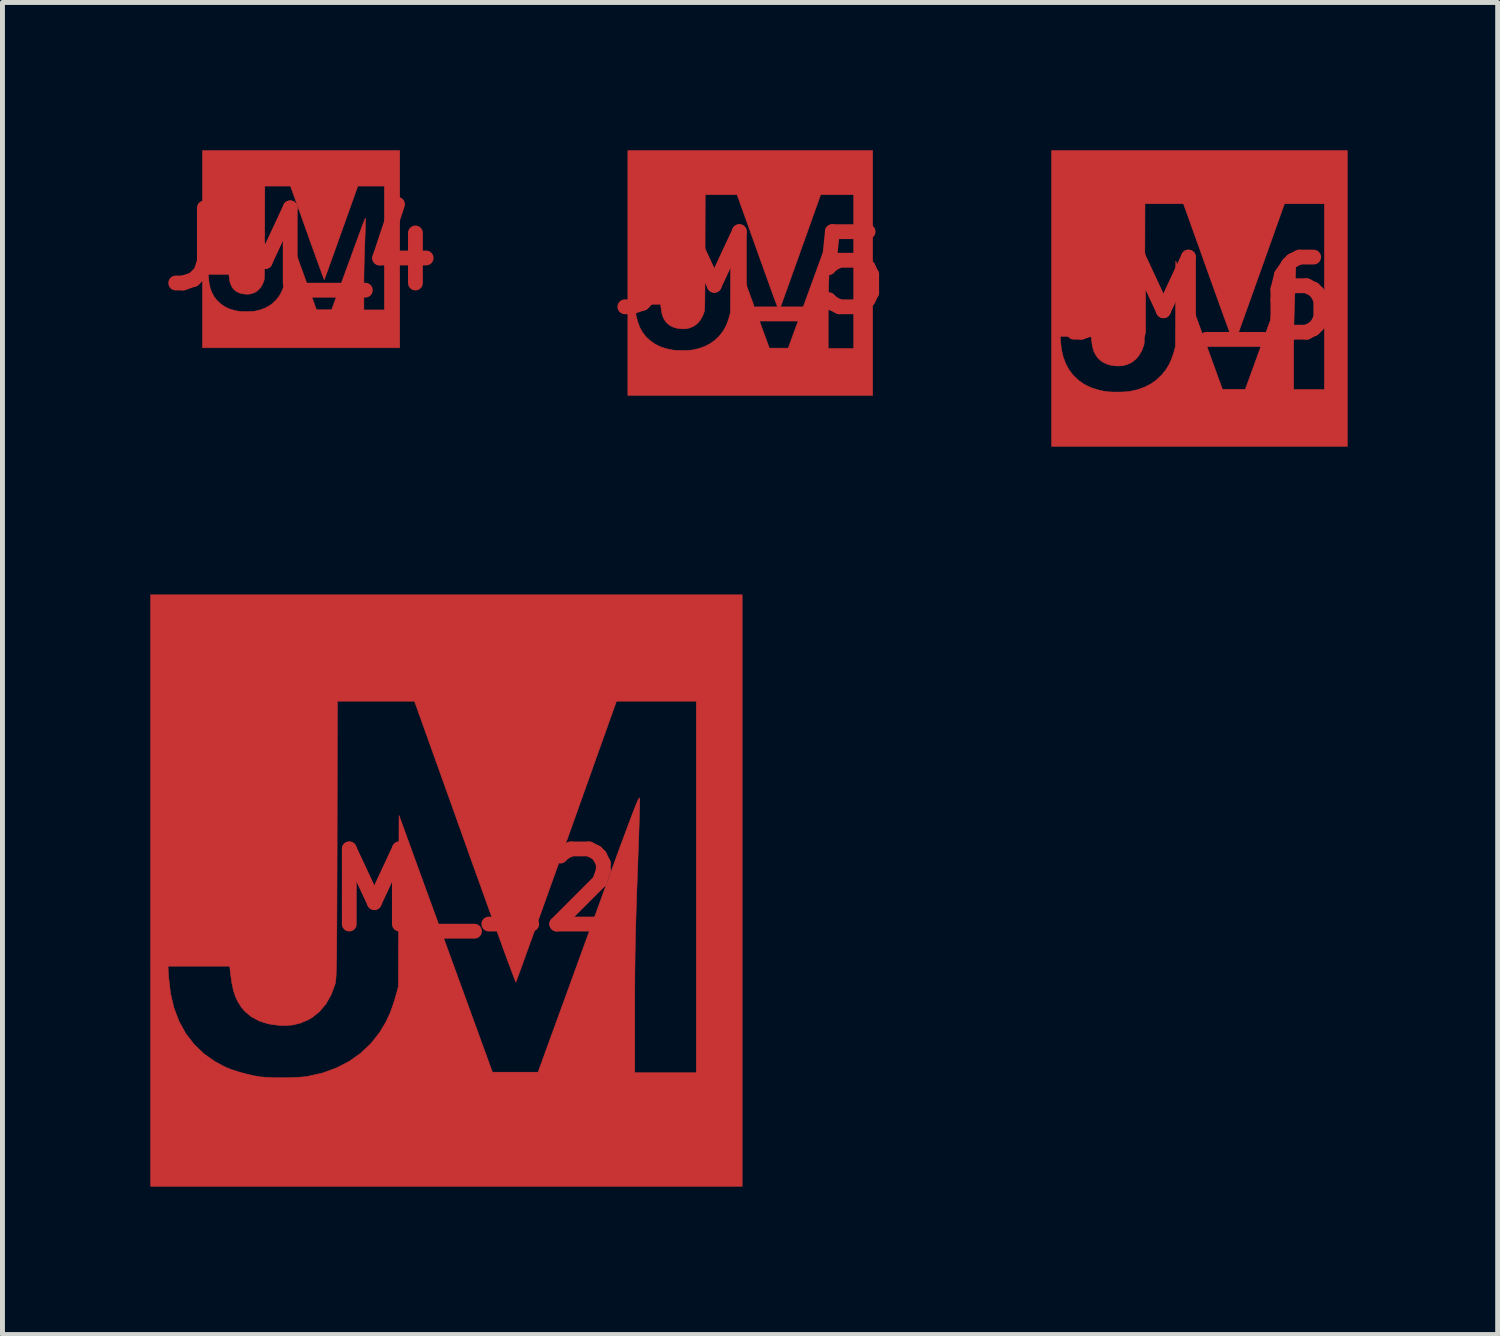
<source format=kicad_pcb>
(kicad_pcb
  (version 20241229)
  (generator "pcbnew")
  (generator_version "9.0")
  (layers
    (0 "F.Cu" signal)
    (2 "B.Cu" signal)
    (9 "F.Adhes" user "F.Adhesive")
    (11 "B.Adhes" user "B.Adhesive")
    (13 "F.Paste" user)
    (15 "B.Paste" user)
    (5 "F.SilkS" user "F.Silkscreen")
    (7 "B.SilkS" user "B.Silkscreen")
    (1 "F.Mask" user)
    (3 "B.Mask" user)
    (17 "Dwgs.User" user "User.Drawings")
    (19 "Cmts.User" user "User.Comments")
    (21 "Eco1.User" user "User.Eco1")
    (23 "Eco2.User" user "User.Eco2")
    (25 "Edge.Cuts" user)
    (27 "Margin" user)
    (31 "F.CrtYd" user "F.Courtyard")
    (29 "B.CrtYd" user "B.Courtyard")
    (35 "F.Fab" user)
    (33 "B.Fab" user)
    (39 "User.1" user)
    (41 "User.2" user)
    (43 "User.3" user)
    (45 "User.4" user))
  (footprint "JM_6"
    (layer "F.Cu")
    (at 21.277 3)
    (property "Reference" "JM_6" (at 0 0 0) (layer "F.Cu") (effects (font (size 1.524 1.524) (thickness 0.3))))
    (attr through_hole)
    (fp_poly (pts (xy 3.006 3.006) (xy -2.995 3.006) (xy -2.995 0.773) (xy -2.818 0.773) (xy -2.812 0.886) (xy -2.793 1.047) (xy -2.758 1.196) (xy -2.706 1.332) (xy -2.639 1.454) (xy -2.555 1.564) (xy -2.456 1.659) (xy -2.341 1.741) (xy -2.237 1.795) (xy -2.178 1.819) (xy -2.104 1.843) (xy -2.025 1.865) (xy -1.946 1.883) (xy -1.889 1.893) (xy -1.834 1.899) (xy -1.765 1.902) (xy -1.686 1.903) (xy -1.605 1.903) (xy -1.526 1.9) (xy -1.457 1.896) (xy -1.402 1.889) (xy -1.402 1.889) (xy -1.251 1.855) (xy -1.11 1.804) (xy -0.98 1.737) (xy -0.863 1.654) (xy -0.76 1.556) (xy -0.672 1.445) (xy -0.666 1.436) (xy -0.609 1.34) (xy -0.562 1.238) (xy -0.523 1.126) (xy -0.51 1.08) (xy -0.482 0.979) (xy -0.478 0.111) (xy -0.475 -0.757) (xy -0.001 0.545) (xy 0.472 1.847) (xy 0.935 1.847) (xy 1.449 0.434) (xy 1.52 0.238) (xy 1.585 0.061) (xy 1.643 -0.097) (xy 1.694 -0.239) (xy 1.74 -0.364) (xy 1.781 -0.474) (xy 1.816 -0.57) (xy 1.846 -0.652) (xy 1.873 -0.722) (xy 1.895 -0.779) (xy 1.913 -0.826) (xy 1.928 -0.864) (xy 1.94 -0.892) (xy 1.949 -0.912) (xy 1.955 -0.925) (xy 1.96 -0.932) (xy 1.963 -0.934) (xy 1.965 -0.931) (xy 1.966 -0.925) (xy 1.966 -0.924) (xy 1.967 -0.904) (xy 1.966 -0.865) (xy 1.965 -0.808) (xy 1.963 -0.736) (xy 1.96 -0.651) (xy 1.957 -0.554) (xy 1.953 -0.447) (xy 1.949 -0.332) (xy 1.945 -0.211) (xy 1.943 -0.151) (xy 1.936 0.04) (xy 1.93 0.214) (xy 1.925 0.376) (xy 1.922 0.53) (xy 1.919 0.682) (xy 1.917 0.835) (xy 1.916 0.993) (xy 1.916 1.162) (xy 1.916 1.209) (xy 1.916 1.852) (xy 2.54 1.852) (xy 2.54 -1.916) (xy 2.135 -1.916) (xy 1.73 -1.916) (xy 1.224 -0.495) (xy 1.164 -0.328) (xy 1.107 -0.167) (xy 1.052 -0.012) (xy 0.999 0.135) (xy 0.949 0.273) (xy 0.903 0.402) (xy 0.861 0.519) (xy 0.824 0.624) (xy 0.79 0.715) (xy 0.763 0.792) (xy 0.74 0.854) (xy 0.724 0.899) (xy 0.714 0.926) (xy 0.71 0.934) (xy 0.706 0.925) (xy 0.695 0.897) (xy 0.677 0.852) (xy 0.654 0.79) (xy 0.626 0.713) (xy 0.592 0.621) (xy 0.554 0.516) (xy 0.511 0.4) (xy 0.465 0.272) (xy 0.415 0.134) (xy 0.363 -0.012) (xy 0.308 -0.165) (xy 0.25 -0.326) (xy 0.212 -0.431) (xy 0.153 -0.596) (xy 0.096 -0.756) (xy 0.041 -0.91) (xy -0.011 -1.057) (xy -0.061 -1.195) (xy -0.107 -1.324) (xy -0.149 -1.441) (xy -0.186 -1.547) (xy -0.22 -1.64) (xy -0.247 -1.718) (xy -0.27 -1.78) (xy -0.286 -1.825) (xy -0.296 -1.853) (xy -0.299 -1.86) (xy -0.319 -1.916) (xy -1.1 -1.916) (xy -1.103 -0.511) (xy -1.104 -0.309) (xy -1.104 -0.127) (xy -1.105 0.036) (xy -1.105 0.181) (xy -1.106 0.309) (xy -1.106 0.422) (xy -1.107 0.52) (xy -1.108 0.604) (xy -1.108 0.676) (xy -1.109 0.737) (xy -1.11 0.788) (xy -1.112 0.83) (xy -1.113 0.864) (xy -1.115 0.891) (xy -1.117 0.913) (xy -1.119 0.929) (xy -1.121 0.943) (xy -1.124 0.954) (xy -1.125 0.958) (xy -1.165 1.064) (xy -1.218 1.156) (xy -1.283 1.234) (xy -1.358 1.294) (xy -1.398 1.317) (xy -1.475 1.349) (xy -1.55 1.368) (xy -1.631 1.374) (xy -1.688 1.373) (xy -1.796 1.358) (xy -1.892 1.328) (xy -1.975 1.284) (xy -2.044 1.226) (xy -2.074 1.188) (xy -2.108 1.135) (xy -2.135 1.079) (xy -2.156 1.016) (xy -2.171 0.941) (xy -2.184 0.85) (xy -2.186 0.833) (xy -2.192 0.773) (xy -2.818 0.773) (xy -2.995 0.773) (xy -2.995 -2.995) (xy 3.006 -2.995) (xy 3.006 3.006)) (stroke (width 0.01) (type solid)) (fill yes) (layer "F.Cu")))
  (footprint "JM_4"
    (layer "F.Cu")
    (at 3.055 2.002)
    (property "Reference" "JM_4" (at 0 0 0) (layer "F.Cu") (effects (font (size 1.524 1.524) (thickness 0.3))))
    (attr through_hole)
    (fp_poly (pts (xy 2.004 2.004) (xy -1.997 2.004) (xy -1.997 0.515) (xy -1.879 0.515) (xy -1.874 0.591) (xy -1.862 0.698) (xy -1.839 0.797) (xy -1.804 0.888) (xy -1.759 0.97) (xy -1.703 1.043) (xy -1.637 1.106) (xy -1.56 1.16) (xy -1.492 1.197) (xy -1.452 1.213) (xy -1.403 1.229) (xy -1.35 1.244) (xy -1.297 1.256) (xy -1.259 1.262) (xy -1.223 1.266) (xy -1.176 1.268) (xy -1.124 1.269) (xy -1.07 1.269) (xy -1.017 1.267) (xy -0.971 1.264) (xy -0.935 1.26) (xy -0.935 1.26) (xy -0.834 1.237) (xy -0.74 1.203) (xy -0.653 1.158) (xy -0.575 1.103) (xy -0.507 1.038) (xy -0.448 0.963) (xy -0.444 0.957) (xy -0.406 0.893) (xy -0.375 0.826) (xy -0.349 0.751) (xy -0.34 0.72) (xy -0.321 0.653) (xy -0.319 0.074) (xy -0.317 -0.504) (xy 0.315 1.231) (xy 0.623 1.231) (xy 0.966 0.289) (xy 1.014 0.159) (xy 1.056 0.041) (xy 1.095 -0.065) (xy 1.13 -0.159) (xy 1.16 -0.243) (xy 1.187 -0.316) (xy 1.211 -0.38) (xy 1.231 -0.435) (xy 1.248 -0.481) (xy 1.263 -0.52) (xy 1.275 -0.551) (xy 1.285 -0.576) (xy 1.293 -0.595) (xy 1.299 -0.608) (xy 1.304 -0.617) (xy 1.307 -0.622) (xy 1.309 -0.623) (xy 1.31 -0.621) (xy 1.311 -0.617) (xy 1.311 -0.616) (xy 1.311 -0.603) (xy 1.311 -0.576) (xy 1.31 -0.539) (xy 1.308 -0.491) (xy 1.307 -0.434) (xy 1.305 -0.369) (xy 1.302 -0.298) (xy 1.299 -0.221) (xy 1.297 -0.141) (xy 1.295 -0.101) (xy 1.29 0.026) (xy 1.287 0.143) (xy 1.284 0.251) (xy 1.281 0.354) (xy 1.279 0.455) (xy 1.278 0.556) (xy 1.277 0.662) (xy 1.277 0.775) (xy 1.277 0.806) (xy 1.277 1.235) (xy 1.693 1.235) (xy 1.693 -1.277) (xy 1.423 -1.277) (xy 1.154 -1.277) (xy 0.816 -0.33) (xy 0.776 -0.219) (xy 0.738 -0.111) (xy 0.701 -0.008) (xy 0.666 0.09) (xy 0.633 0.182) (xy 0.602 0.268) (xy 0.574 0.346) (xy 0.549 0.416) (xy 0.527 0.477) (xy 0.508 0.528) (xy 0.493 0.569) (xy 0.482 0.599) (xy 0.476 0.617) (xy 0.473 0.623) (xy 0.471 0.617) (xy 0.463 0.598) (xy 0.452 0.568) (xy 0.436 0.527) (xy 0.417 0.475) (xy 0.395 0.414) (xy 0.369 0.344) (xy 0.341 0.266) (xy 0.31 0.181) (xy 0.277 0.09) (xy 0.242 -0.008) (xy 0.205 -0.11) (xy 0.167 -0.217) (xy 0.142 -0.288) (xy 0.102 -0.397) (xy 0.064 -0.504) (xy 0.028 -0.607) (xy -0.007 -0.705) (xy -0.04 -0.797) (xy -0.071 -0.882) (xy -0.099 -0.961) (xy -0.124 -1.031) (xy -0.146 -1.093) (xy -0.165 -1.145) (xy -0.18 -1.187) (xy -0.191 -1.217) (xy -0.197 -1.235) (xy -0.199 -1.24) (xy -0.213 -1.277) (xy -0.733 -1.277) (xy -0.735 -0.34) (xy -0.736 -0.206) (xy -0.736 -0.085) (xy -0.736 0.024) (xy -0.737 0.12) (xy -0.737 0.206) (xy -0.737 0.281) (xy -0.738 0.346) (xy -0.738 0.403) (xy -0.739 0.451) (xy -0.74 0.492) (xy -0.74 0.525) (xy -0.741 0.553) (xy -0.742 0.576) (xy -0.743 0.594) (xy -0.744 0.608) (xy -0.746 0.62) (xy -0.747 0.628) (xy -0.749 0.636) (xy -0.75 0.639) (xy -0.776 0.709) (xy -0.812 0.771) (xy -0.855 0.822) (xy -0.905 0.863) (xy -0.932 0.878) (xy -0.983 0.899) (xy -1.033 0.912) (xy -1.087 0.916) (xy -1.125 0.915) (xy -1.197 0.906) (xy -1.261 0.886) (xy -1.317 0.856) (xy -1.362 0.817) (xy -1.383 0.792) (xy -1.406 0.756) (xy -1.423 0.719) (xy -1.437 0.677) (xy -1.448 0.627) (xy -1.456 0.567) (xy -1.457 0.556) (xy -1.462 0.515) (xy -1.879 0.515) (xy -1.997 0.515) (xy -1.997 -1.997) (xy 2.004 -1.997) (xy 2.004 2.004)) (stroke (width 0.01) (type solid)) (fill yes) (layer "F.Cu")))
  (footprint "JM_12"
    (layer "F.Cu")
    (at 5.995 15.006)
    (property "Reference" "JM_12" (at 0 0 0) (layer "F.Cu") (effects (font (size 1.524 1.524) (thickness 0.3))))
    (attr through_hole)
    (fp_poly (pts (xy 6.011 6.011) (xy -5.99 6.011) (xy -5.99 1.545) (xy -5.637 1.545) (xy -5.623 1.773) (xy -5.586 2.094) (xy -5.516 2.391) (xy -5.413 2.663) (xy -5.277 2.909) (xy -5.11 3.128) (xy -4.911 3.319) (xy -4.681 3.481) (xy -4.475 3.591) (xy -4.355 3.639) (xy -4.209 3.687) (xy -4.049 3.731) (xy -3.892 3.767) (xy -3.778 3.787) (xy -3.669 3.797) (xy -3.529 3.804) (xy -3.372 3.807) (xy -3.209 3.806) (xy -3.052 3.801) (xy -2.913 3.792) (xy -2.805 3.779) (xy -2.804 3.779) (xy -2.502 3.711) (xy -2.22 3.608) (xy -1.96 3.474) (xy -1.726 3.308) (xy -1.52 3.113) (xy -1.345 2.89) (xy -1.333 2.872) (xy -1.218 2.679) (xy -1.124 2.477) (xy -1.046 2.252) (xy -1.02 2.161) (xy -0.964 1.958) (xy -0.957 0.222) (xy -0.95 -1.513) (xy 0.945 3.694) (xy 1.87 3.694) (xy 2.898 0.868) (xy 3.041 0.476) (xy 3.169 0.123) (xy 3.285 -0.195) (xy 3.389 -0.478) (xy 3.48 -0.729) (xy 3.561 -0.949) (xy 3.632 -1.14) (xy 3.693 -1.304) (xy 3.745 -1.443) (xy 3.789 -1.559) (xy 3.826 -1.653) (xy 3.855 -1.727) (xy 3.879 -1.784) (xy 3.897 -1.825) (xy 3.911 -1.851) (xy 3.921 -1.865) (xy 3.927 -1.868) (xy 3.931 -1.863) (xy 3.933 -1.851) (xy 3.933 -1.847) (xy 3.933 -1.808) (xy 3.932 -1.729) (xy 3.929 -1.617) (xy 3.925 -1.473) (xy 3.92 -1.302) (xy 3.914 -1.108) (xy 3.906 -0.894) (xy 3.898 -0.664) (xy 3.89 -0.423) (xy 3.885 -0.302) (xy 3.871 0.079) (xy 3.86 0.428) (xy 3.851 0.752) (xy 3.843 1.061) (xy 3.838 1.364) (xy 3.834 1.669) (xy 3.832 1.987) (xy 3.831 2.325) (xy 3.831 2.418) (xy 3.831 3.704) (xy 5.08 3.704) (xy 5.08 -3.831) (xy 4.27 -3.831) (xy 3.461 -3.831) (xy 2.448 -0.99) (xy 2.329 -0.656) (xy 2.214 -0.333) (xy 2.103 -0.024) (xy 1.998 0.27) (xy 1.899 0.547) (xy 1.807 0.803) (xy 1.723 1.037) (xy 1.647 1.247) (xy 1.581 1.431) (xy 1.525 1.585) (xy 1.48 1.708) (xy 1.447 1.798) (xy 1.427 1.852) (xy 1.42 1.868) (xy 1.412 1.85) (xy 1.39 1.795) (xy 1.355 1.704) (xy 1.309 1.58) (xy 1.251 1.426) (xy 1.184 1.243) (xy 1.108 1.033) (xy 1.023 0.799) (xy 0.93 0.544) (xy 0.831 0.269) (xy 0.726 -0.024) (xy 0.615 -0.331) (xy 0.5 -0.651) (xy 0.425 -0.863) (xy 0.307 -1.192) (xy 0.193 -1.512) (xy 0.083 -1.82) (xy -0.022 -2.114) (xy -0.121 -2.39) (xy -0.213 -2.647) (xy -0.297 -2.883) (xy -0.373 -3.094) (xy -0.439 -3.279) (xy -0.495 -3.435) (xy -0.54 -3.56) (xy -0.572 -3.651) (xy -0.592 -3.706) (xy -0.597 -3.72) (xy -0.638 -3.831) (xy -2.2 -3.831) (xy -2.206 -1.021) (xy -2.207 -0.618) (xy -2.208 -0.254) (xy -2.209 0.072) (xy -2.21 0.361) (xy -2.211 0.618) (xy -2.212 0.843) (xy -2.214 1.039) (xy -2.215 1.208) (xy -2.217 1.353) (xy -2.219 1.475) (xy -2.221 1.576) (xy -2.224 1.66) (xy -2.226 1.728) (xy -2.23 1.782) (xy -2.233 1.825) (xy -2.238 1.859) (xy -2.242 1.885) (xy -2.247 1.907) (xy -2.25 1.916) (xy -2.329 2.128) (xy -2.435 2.313) (xy -2.565 2.467) (xy -2.716 2.588) (xy -2.795 2.633) (xy -2.949 2.698) (xy -3.099 2.736) (xy -3.262 2.749) (xy -3.376 2.746) (xy -3.592 2.717) (xy -3.784 2.657) (xy -3.95 2.568) (xy -4.087 2.451) (xy -4.149 2.376) (xy -4.217 2.269) (xy -4.27 2.157) (xy -4.311 2.031) (xy -4.343 1.882) (xy -4.368 1.7) (xy -4.372 1.667) (xy -4.385 1.545) (xy -5.637 1.545) (xy -5.99 1.545) (xy -5.99 -5.99) (xy 6.011 -5.99) (xy 6.011 6.011)) (stroke (width 0.01) (type solid)) (fill yes) (layer "F.Cu")))
  (footprint "JM_5"
    (layer "F.Cu")
    (at 12.166 2.484)
    (property "Reference" "JM_5" (at 0 0 0) (layer "F.Cu") (effects (font (size 1.524 1.524) (thickness 0.3))))
    (attr through_hole)
    (fp_poly (pts (xy 2.487 2.487) (xy -2.479 2.487) (xy -2.479 0.639) (xy -2.332 0.639) (xy -2.327 0.734) (xy -2.312 0.867) (xy -2.282 0.99) (xy -2.24 1.102) (xy -2.184 1.204) (xy -2.114 1.294) (xy -2.032 1.373) (xy -1.937 1.44) (xy -1.852 1.486) (xy -1.802 1.506) (xy -1.742 1.526) (xy -1.676 1.544) (xy -1.611 1.559) (xy -1.563 1.567) (xy -1.518 1.571) (xy -1.46 1.574) (xy -1.395 1.575) (xy -1.328 1.575) (xy -1.263 1.573) (xy -1.206 1.569) (xy -1.161 1.564) (xy -1.16 1.564) (xy -1.035 1.535) (xy -0.918 1.493) (xy -0.811 1.437) (xy -0.714 1.369) (xy -0.629 1.288) (xy -0.556 1.196) (xy -0.551 1.189) (xy -0.504 1.109) (xy -0.465 1.025) (xy -0.433 0.932) (xy -0.422 0.894) (xy -0.399 0.81) (xy -0.393 -0.626) (xy -0.001 0.451) (xy 0.391 1.528) (xy 0.774 1.528) (xy 1.199 0.359) (xy 1.258 0.197) (xy 1.311 0.051) (xy 1.359 -0.081) (xy 1.402 -0.198) (xy 1.44 -0.302) (xy 1.474 -0.393) (xy 1.503 -0.472) (xy 1.528 -0.54) (xy 1.55 -0.597) (xy 1.568 -0.645) (xy 1.583 -0.684) (xy 1.595 -0.715) (xy 1.605 -0.738) (xy 1.613 -0.755) (xy 1.618 -0.766) (xy 1.622 -0.772) (xy 1.625 -0.773) (xy 1.627 -0.771) (xy 1.627 -0.766) (xy 1.627 -0.764) (xy 1.627 -0.748) (xy 1.627 -0.716) (xy 1.626 -0.669) (xy 1.624 -0.609) (xy 1.622 -0.539) (xy 1.619 -0.458) (xy 1.616 -0.37) (xy 1.613 -0.275) (xy 1.61 -0.175) (xy 1.608 -0.125) (xy 1.602 0.033) (xy 1.597 0.177) (xy 1.593 0.311) (xy 1.59 0.439) (xy 1.588 0.564) (xy 1.587 0.691) (xy 1.586 0.822) (xy 1.585 0.962) (xy 1.585 1.001) (xy 1.585 1.533) (xy 2.102 1.533) (xy 2.102 -1.585) (xy 1.767 -1.585) (xy 1.432 -1.585) (xy 1.013 -0.409) (xy 0.964 -0.271) (xy 0.916 -0.138) (xy 0.87 -0.01) (xy 0.827 0.112) (xy 0.786 0.226) (xy 0.748 0.332) (xy 0.713 0.429) (xy 0.682 0.516) (xy 0.654 0.592) (xy 0.631 0.656) (xy 0.613 0.707) (xy 0.599 0.744) (xy 0.591 0.766) (xy 0.588 0.773) (xy 0.584 0.766) (xy 0.575 0.743) (xy 0.561 0.705) (xy 0.542 0.654) (xy 0.518 0.59) (xy 0.49 0.514) (xy 0.458 0.427) (xy 0.423 0.331) (xy 0.385 0.225) (xy 0.344 0.111) (xy 0.3 -0.01) (xy 0.255 -0.137) (xy 0.207 -0.269) (xy 0.176 -0.357) (xy 0.127 -0.493) (xy 0.08 -0.626) (xy 0.034 -0.753) (xy -0.009 -0.875) (xy -0.05 -0.989) (xy -0.088 -1.095) (xy -0.123 -1.193) (xy -0.154 -1.28) (xy -0.182 -1.357) (xy -0.205 -1.421) (xy -0.223 -1.473) (xy -0.237 -1.511) (xy -0.245 -1.533) (xy -0.247 -1.539) (xy -0.264 -1.585) (xy -0.91 -1.585) (xy -0.913 -0.423) (xy -0.913 -0.256) (xy -0.914 -0.105) (xy -0.914 0.03) (xy -0.914 0.15) (xy -0.915 0.256) (xy -0.915 0.349) (xy -0.916 0.43) (xy -0.917 0.5) (xy -0.917 0.56) (xy -0.918 0.61) (xy -0.919 0.652) (xy -0.92 0.687) (xy -0.921 0.715) (xy -0.923 0.738) (xy -0.924 0.755) (xy -0.926 0.769) (xy -0.928 0.78) (xy -0.93 0.789) (xy -0.931 0.793) (xy -0.964 0.88) (xy -1.008 0.957) (xy -1.061 1.021) (xy -1.124 1.071) (xy -1.157 1.09) (xy -1.22 1.117) (xy -1.282 1.132) (xy -1.35 1.138) (xy -1.397 1.136) (xy -1.486 1.124) (xy -1.566 1.099) (xy -1.635 1.063) (xy -1.691 1.014) (xy -1.717 0.983) (xy -1.745 0.939) (xy -1.767 0.893) (xy -1.784 0.84) (xy -1.797 0.779) (xy -1.807 0.704) (xy -1.809 0.69) (xy -1.814 0.639) (xy -2.332 0.639) (xy -2.479 0.639) (xy -2.479 -2.479) (xy 2.487 -2.479) (xy 2.487 2.487)) (stroke (width 0.01) (type solid)) (fill yes) (layer "F.Cu")))
  (gr_rect
    (start -3 -3)
    (end 27.332 24.022)
    (stroke (width 0.1) (type default))
    (fill no)
    (layer "Edge.Cuts")))
</source>
